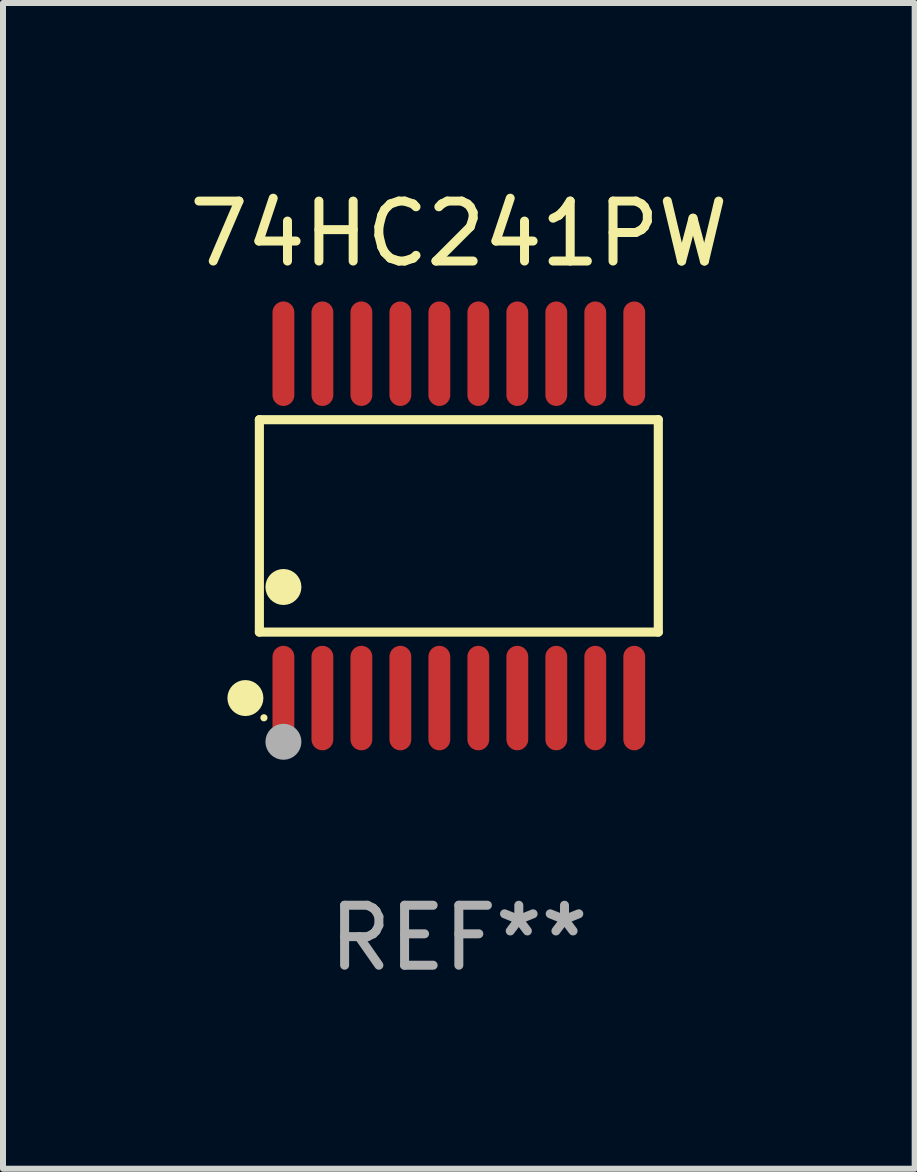
<source format=kicad_pcb>
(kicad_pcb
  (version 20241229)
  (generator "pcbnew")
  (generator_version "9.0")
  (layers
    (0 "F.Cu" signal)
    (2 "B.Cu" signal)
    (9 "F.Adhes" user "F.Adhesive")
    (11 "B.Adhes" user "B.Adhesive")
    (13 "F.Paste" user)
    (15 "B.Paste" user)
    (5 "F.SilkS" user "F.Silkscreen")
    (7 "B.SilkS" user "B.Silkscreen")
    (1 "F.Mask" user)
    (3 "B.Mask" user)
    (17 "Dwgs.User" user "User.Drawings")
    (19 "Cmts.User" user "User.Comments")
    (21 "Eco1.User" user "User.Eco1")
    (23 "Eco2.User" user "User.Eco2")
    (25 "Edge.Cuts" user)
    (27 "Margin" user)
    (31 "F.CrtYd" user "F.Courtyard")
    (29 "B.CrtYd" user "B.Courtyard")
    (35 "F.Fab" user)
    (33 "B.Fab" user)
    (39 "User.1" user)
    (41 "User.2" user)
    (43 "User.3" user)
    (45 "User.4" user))
  (footprint "74HC241PW"
    (layer "F.Cu")
    (at 4.601 5.719)
    (property "Reference" "74HC241PW" (at 0 -4.871 0) (layer "F.SilkS") (effects (font (size 1 1) (thickness 0.15))))
    (attr through_hole)
    (fp_line (start -3.326 -1.771) (end 3.326 -1.771) (stroke (width 0.152) (type solid)) (layer "F.SilkS"))
    (fp_line (start -3.326 1.771) (end -3.326 -1.771) (stroke (width 0.152) (type solid)) (layer "F.SilkS"))
    (fp_line (start 3.326 -1.771) (end 3.326 1.771) (stroke (width 0.152) (type solid)) (layer "F.SilkS"))
    (fp_line (start 3.326 1.771) (end -3.326 1.771) (stroke (width 0.152) (type solid)) (layer "F.SilkS"))
    (fp_circle (center -3.559 2.871) (end -3.409 2.871) (stroke (width 0.3) (type solid)) (fill no) (layer "F.SilkS"))
    (fp_circle (center -3.25 3.2) (end -3.22 3.2) (stroke (width 0.06) (type solid)) (fill no) (layer "F.SilkS"))
    (fp_circle (center -2.925 1.019) (end -2.775 1.019) (stroke (width 0.3) (type solid)) (fill no) (layer "F.SilkS"))
    (fp_circle (center -2.925 3.6) (end -2.775 3.6) (stroke (width 0.3) (type solid)) (fill no) (layer "F.Fab"))
    (fp_text user "REF**" (at 0 6.871 0) (layer "F.Fab") (effects (font (size 1 1) (thickness 0.15))))
    (pad "1" smd oval (at -2.925 2.871) (size 0.364 1.742) (layers "F.Cu" "F.Mask" "F.Paste"))
    (pad "2" smd oval (at -2.275 2.871) (size 0.364 1.742) (layers "F.Cu" "F.Mask" "F.Paste"))
    (pad "3" smd oval (at -1.625 2.871) (size 0.364 1.742) (layers "F.Cu" "F.Mask" "F.Paste"))
    (pad "4" smd oval (at -0.975 2.871) (size 0.364 1.742) (layers "F.Cu" "F.Mask" "F.Paste"))
    (pad "5" smd oval (at -0.325 2.871) (size 0.364 1.742) (layers "F.Cu" "F.Mask" "F.Paste"))
    (pad "6" smd oval (at 0.325 2.871) (size 0.364 1.742) (layers "F.Cu" "F.Mask" "F.Paste"))
    (pad "7" smd oval (at 0.975 2.871) (size 0.364 1.742) (layers "F.Cu" "F.Mask" "F.Paste"))
    (pad "8" smd oval (at 1.625 2.871) (size 0.364 1.742) (layers "F.Cu" "F.Mask" "F.Paste"))
    (pad "9" smd oval (at 2.275 2.871) (size 0.364 1.742) (layers "F.Cu" "F.Mask" "F.Paste"))
    (pad "10" smd oval (at 2.925 2.871) (size 0.364 1.742) (layers "F.Cu" "F.Mask" "F.Paste"))
    (pad "11" smd oval (at 2.925 -2.871) (size 0.364 1.742) (layers "F.Cu" "F.Mask" "F.Paste"))
    (pad "12" smd oval (at 2.275 -2.871) (size 0.364 1.742) (layers "F.Cu" "F.Mask" "F.Paste"))
    (pad "13" smd oval (at 1.625 -2.871) (size 0.364 1.742) (layers "F.Cu" "F.Mask" "F.Paste"))
    (pad "14" smd oval (at 0.975 -2.871) (size 0.364 1.742) (layers "F.Cu" "F.Mask" "F.Paste"))
    (pad "15" smd oval (at 0.325 -2.871) (size 0.364 1.742) (layers "F.Cu" "F.Mask" "F.Paste"))
    (pad "16" smd oval (at -0.325 -2.871) (size 0.364 1.742) (layers "F.Cu" "F.Mask" "F.Paste"))
    (pad "17" smd oval (at -0.975 -2.871) (size 0.364 1.742) (layers "F.Cu" "F.Mask" "F.Paste"))
    (pad "18" smd oval (at -1.625 -2.871) (size 0.364 1.742) (layers "F.Cu" "F.Mask" "F.Paste"))
    (pad "19" smd oval (at -2.275 -2.871) (size 0.364 1.742) (layers "F.Cu" "F.Mask" "F.Paste"))
    (pad "20" smd oval (at -2.925 -2.871) (size 0.364 1.742) (layers "F.Cu" "F.Mask" "F.Paste")))
  (gr_rect
    (start -3 -3)
    (end 12.202 16.438)
    (stroke (width 0.1) (type default))
    (fill no)
    (layer "Edge.Cuts")))
</source>
